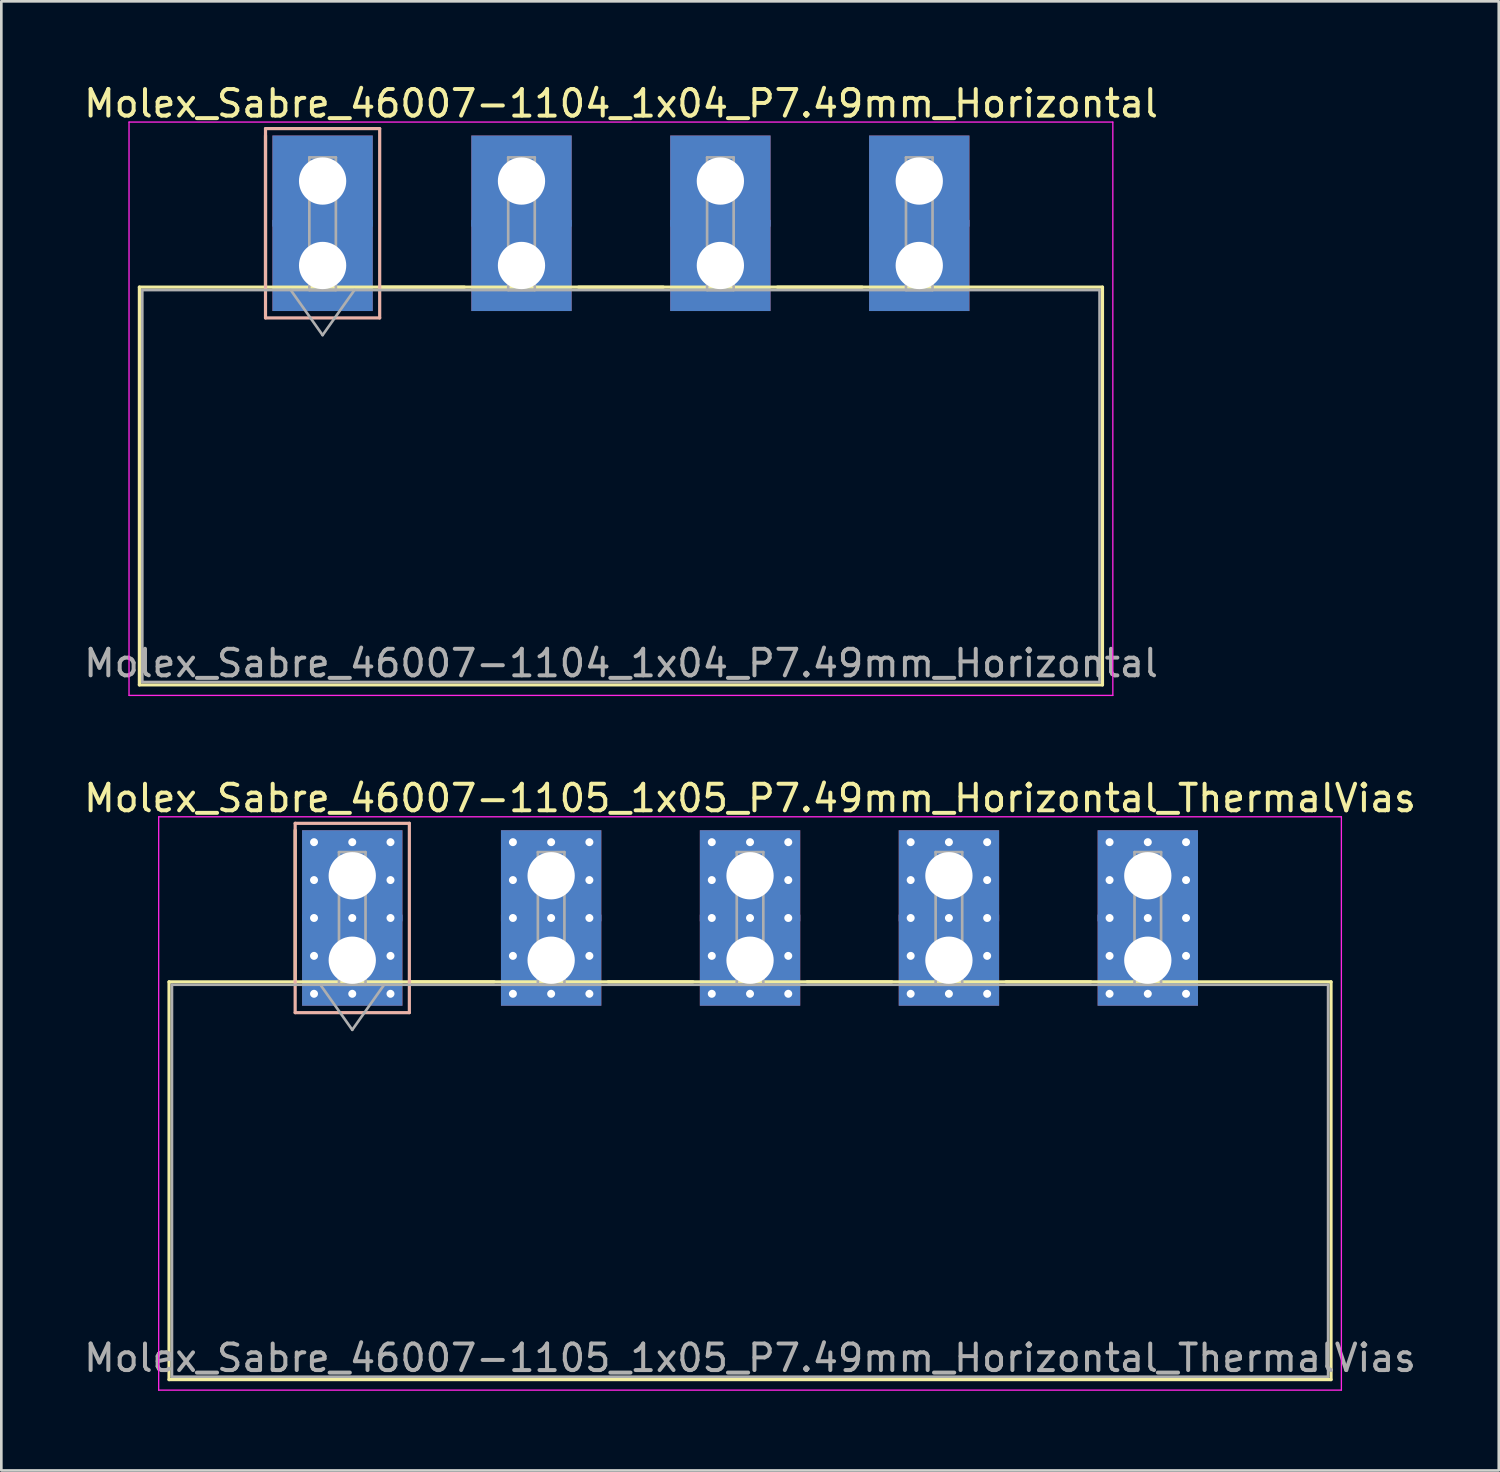
<source format=kicad_pcb>
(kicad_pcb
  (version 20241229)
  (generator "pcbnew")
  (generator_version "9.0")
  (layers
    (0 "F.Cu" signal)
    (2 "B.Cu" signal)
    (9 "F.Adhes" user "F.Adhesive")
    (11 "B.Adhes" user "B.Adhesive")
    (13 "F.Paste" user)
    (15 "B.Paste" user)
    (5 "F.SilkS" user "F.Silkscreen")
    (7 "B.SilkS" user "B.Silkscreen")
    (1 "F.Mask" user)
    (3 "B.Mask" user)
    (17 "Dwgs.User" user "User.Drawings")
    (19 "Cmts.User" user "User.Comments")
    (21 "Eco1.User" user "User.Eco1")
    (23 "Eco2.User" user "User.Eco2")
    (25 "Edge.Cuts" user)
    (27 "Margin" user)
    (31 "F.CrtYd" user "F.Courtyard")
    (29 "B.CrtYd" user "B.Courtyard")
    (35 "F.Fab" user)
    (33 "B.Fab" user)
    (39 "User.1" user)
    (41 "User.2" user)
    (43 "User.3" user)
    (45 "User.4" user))
  (footprint "Molex_Sabre_46007-1104_1x04_P7.49mm_Horizontal"
    (layer "F.Cu")
    (at 9.099 6.948)
    (property "Reference" "Molex_Sabre_46007-1104_1x04_P7.49mm_Horizontal" (at 11.24 -6.1 0) (layer "F.SilkS") (effects (font (size 1 1) (thickness 0.15))))
    (attr through_hole)
    (fp_line (start -6.9 0.815) (end -6.9 15.795) (stroke (width 0.12) (type solid)) (layer "F.SilkS"))
    (fp_line (start -6.9 15.795) (end 29.37 15.795) (stroke (width 0.12) (type solid)) (layer "F.SilkS"))
    (fp_line (start -2.15 0.815) (end -2.15 -4.895) (stroke (width 0.12) (type solid)) (layer "F.SilkS"))
    (fp_line (start 2.15 0.815) (end 5.34 0.815) (stroke (width 0.12) (type solid)) (layer "F.SilkS"))
    (fp_line (start 9.64 0.815) (end 12.83 0.815) (stroke (width 0.12) (type solid)) (layer "F.SilkS"))
    (fp_line (start 17.13 0.815) (end 20.32 0.815) (stroke (width 0.12) (type solid)) (layer "F.SilkS"))
    (fp_line (start 29.37 0.815) (end -6.9 0.815) (stroke (width 0.12) (type solid)) (layer "F.SilkS"))
    (fp_line (start 29.37 15.795) (end 29.37 0.815) (stroke (width 0.12) (type solid)) (layer "F.SilkS"))
    (fp_line (start -2.15 -5.155) (end -2.15 1.975) (stroke (width 0.12) (type solid)) (layer "B.SilkS"))
    (fp_line (start -2.15 1.975) (end 2.15 1.975) (stroke (width 0.12) (type solid)) (layer "B.SilkS"))
    (fp_line (start 2.15 -5.155) (end -2.15 -5.155) (stroke (width 0.12) (type solid)) (layer "B.SilkS"))
    (fp_line (start 2.15 1.975) (end 2.15 -5.155) (stroke (width 0.12) (type solid)) (layer "B.SilkS"))
    (fp_line (start -7.29 -5.4) (end -7.29 16.19) (stroke (width 0.05) (type solid)) (layer "F.CrtYd"))
    (fp_line (start -7.29 16.19) (end 29.76 16.19) (stroke (width 0.05) (type solid)) (layer "F.CrtYd"))
    (fp_line (start 29.76 -5.4) (end -7.29 -5.4) (stroke (width 0.05) (type solid)) (layer "F.CrtYd"))
    (fp_line (start 29.76 16.19) (end 29.76 -5.4) (stroke (width 0.05) (type solid)) (layer "F.CrtYd"))
    (fp_line (start -6.79 0.925) (end -6.79 15.685) (stroke (width 0.1) (type solid)) (layer "F.Fab"))
    (fp_line (start -6.79 15.685) (end 29.26 15.685) (stroke (width 0.1) (type solid)) (layer "F.Fab"))
    (fp_line (start -1.2 0.925) (end 0 2.622) (stroke (width 0.1) (type solid)) (layer "F.Fab"))
    (fp_line (start -0.5 -4.07) (end 0.5 -4.07) (stroke (width 0.1) (type solid)) (layer "F.Fab"))
    (fp_line (start -0.5 0.925) (end -0.5 -4.07) (stroke (width 0.1) (type solid)) (layer "F.Fab"))
    (fp_line (start 0 2.622) (end 1.2 0.925) (stroke (width 0.1) (type solid)) (layer "F.Fab"))
    (fp_line (start 0.5 -4.07) (end 0.5 0.925) (stroke (width 0.1) (type solid)) (layer "F.Fab"))
    (fp_line (start 0.5 0.925) (end -0.5 0.925) (stroke (width 0.1) (type solid)) (layer "F.Fab"))
    (fp_line (start 6.99 -4.07) (end 7.99 -4.07) (stroke (width 0.1) (type solid)) (layer "F.Fab"))
    (fp_line (start 6.99 0.925) (end 6.99 -4.07) (stroke (width 0.1) (type solid)) (layer "F.Fab"))
    (fp_line (start 7.99 -4.07) (end 7.99 0.925) (stroke (width 0.1) (type solid)) (layer "F.Fab"))
    (fp_line (start 7.99 0.925) (end 6.99 0.925) (stroke (width 0.1) (type solid)) (layer "F.Fab"))
    (fp_line (start 14.48 -4.07) (end 15.48 -4.07) (stroke (width 0.1) (type solid)) (layer "F.Fab"))
    (fp_line (start 14.48 0.925) (end 14.48 -4.07) (stroke (width 0.1) (type solid)) (layer "F.Fab"))
    (fp_line (start 15.48 -4.07) (end 15.48 0.925) (stroke (width 0.1) (type solid)) (layer "F.Fab"))
    (fp_line (start 15.48 0.925) (end 14.48 0.925) (stroke (width 0.1) (type solid)) (layer "F.Fab"))
    (fp_line (start 21.97 -4.07) (end 22.97 -4.07) (stroke (width 0.1) (type solid)) (layer "F.Fab"))
    (fp_line (start 21.97 0.925) (end 21.97 -4.07) (stroke (width 0.1) (type solid)) (layer "F.Fab"))
    (fp_line (start 22.97 -4.07) (end 22.97 0.925) (stroke (width 0.1) (type solid)) (layer "F.Fab"))
    (fp_line (start 22.97 0.925) (end 21.97 0.925) (stroke (width 0.1) (type solid)) (layer "F.Fab"))
    (fp_line (start 29.26 0.925) (end -6.79 0.925) (stroke (width 0.1) (type solid)) (layer "F.Fab"))
    (fp_line (start 29.26 15.685) (end 29.26 0.925) (stroke (width 0.1) (type solid)) (layer "F.Fab"))
    (fp_text user "${REFERENCE}" (at 11.24 14.98 0) (layer "F.Fab") (effects (font (size 1 1) (thickness 0.15))))
    (pad "1" thru_hole rect (at 0 -3.18) (size 3.78 3.43) (drill 1.78) (layers "*.Cu" "*.Mask"))
    (pad "1" thru_hole rect (at 0 0) (size 3.78 3.43) (drill 1.78) (layers "*.Cu" "*.Mask"))
    (pad "2" thru_hole rect (at 7.49 -3.18) (size 3.78 3.43) (drill 1.78) (layers "*.Cu" "*.Mask"))
    (pad "2" thru_hole rect (at 7.49 0) (size 3.78 3.43) (drill 1.78) (layers "*.Cu" "*.Mask"))
    (pad "3" thru_hole rect (at 14.98 -3.18) (size 3.78 3.43) (drill 1.78) (layers "*.Cu" "*.Mask"))
    (pad "3" thru_hole rect (at 14.98 0) (size 3.78 3.43) (drill 1.78) (layers "*.Cu" "*.Mask"))
    (pad "4" thru_hole rect (at 22.47 -3.18) (size 3.78 3.43) (drill 1.78) (layers "*.Cu" "*.Mask"))
    (pad "4" thru_hole rect (at 22.47 0) (size 3.78 3.43) (drill 1.78) (layers "*.Cu" "*.Mask")))
  (footprint "Molex_Sabre_46007-1105_1x05_P7.49mm_Horizontal_ThermalVias"
    (layer "F.Cu")
    (at 10.216 33.111)
    (property "Reference" "Molex_Sabre_46007-1105_1x05_P7.49mm_Horizontal_ThermalVias" (at 14.98 -6.1 0) (layer "F.SilkS") (effects (font (size 1 1) (thickness 0.15))))
    (attr through_hole)
    (fp_line (start -6.9 0.815) (end -6.9 15.795) (stroke (width 0.12) (type solid)) (layer "F.SilkS"))
    (fp_line (start -6.9 15.795) (end 36.86 15.795) (stroke (width 0.12) (type solid)) (layer "F.SilkS"))
    (fp_line (start -2.15 0.815) (end -2.15 -4.895) (stroke (width 0.12) (type solid)) (layer "F.SilkS"))
    (fp_line (start 2.15 0.815) (end 5.34 0.815) (stroke (width 0.12) (type solid)) (layer "F.SilkS"))
    (fp_line (start 9.64 0.815) (end 12.83 0.815) (stroke (width 0.12) (type solid)) (layer "F.SilkS"))
    (fp_line (start 17.13 0.815) (end 20.32 0.815) (stroke (width 0.12) (type solid)) (layer "F.SilkS"))
    (fp_line (start 24.62 0.815) (end 27.81 0.815) (stroke (width 0.12) (type solid)) (layer "F.SilkS"))
    (fp_line (start 36.86 0.815) (end -6.9 0.815) (stroke (width 0.12) (type solid)) (layer "F.SilkS"))
    (fp_line (start 36.86 15.795) (end 36.86 0.815) (stroke (width 0.12) (type solid)) (layer "F.SilkS"))
    (fp_line (start -2.15 -5.155) (end -2.15 1.975) (stroke (width 0.12) (type solid)) (layer "B.SilkS"))
    (fp_line (start -2.15 1.975) (end 2.15 1.975) (stroke (width 0.12) (type solid)) (layer "B.SilkS"))
    (fp_line (start 2.15 -5.155) (end -2.15 -5.155) (stroke (width 0.12) (type solid)) (layer "B.SilkS"))
    (fp_line (start 2.15 1.975) (end 2.15 -5.155) (stroke (width 0.12) (type solid)) (layer "B.SilkS"))
    (fp_line (start -7.29 -5.4) (end -7.29 16.19) (stroke (width 0.05) (type solid)) (layer "F.CrtYd"))
    (fp_line (start -7.29 16.19) (end 37.25 16.19) (stroke (width 0.05) (type solid)) (layer "F.CrtYd"))
    (fp_line (start 37.25 -5.4) (end -7.29 -5.4) (stroke (width 0.05) (type solid)) (layer "F.CrtYd"))
    (fp_line (start 37.25 16.19) (end 37.25 -5.4) (stroke (width 0.05) (type solid)) (layer "F.CrtYd"))
    (fp_line (start -6.79 0.925) (end -6.79 15.685) (stroke (width 0.1) (type solid)) (layer "F.Fab"))
    (fp_line (start -6.79 15.685) (end 36.75 15.685) (stroke (width 0.1) (type solid)) (layer "F.Fab"))
    (fp_line (start -1.2 0.925) (end 0 2.622) (stroke (width 0.1) (type solid)) (layer "F.Fab"))
    (fp_line (start -0.5 -4.07) (end 0.5 -4.07) (stroke (width 0.1) (type solid)) (layer "F.Fab"))
    (fp_line (start -0.5 0.925) (end -0.5 -4.07) (stroke (width 0.1) (type solid)) (layer "F.Fab"))
    (fp_line (start 0 2.622) (end 1.2 0.925) (stroke (width 0.1) (type solid)) (layer "F.Fab"))
    (fp_line (start 0.5 -4.07) (end 0.5 0.925) (stroke (width 0.1) (type solid)) (layer "F.Fab"))
    (fp_line (start 0.5 0.925) (end -0.5 0.925) (stroke (width 0.1) (type solid)) (layer "F.Fab"))
    (fp_line (start 6.99 -4.07) (end 7.99 -4.07) (stroke (width 0.1) (type solid)) (layer "F.Fab"))
    (fp_line (start 6.99 0.925) (end 6.99 -4.07) (stroke (width 0.1) (type solid)) (layer "F.Fab"))
    (fp_line (start 7.99 -4.07) (end 7.99 0.925) (stroke (width 0.1) (type solid)) (layer "F.Fab"))
    (fp_line (start 7.99 0.925) (end 6.99 0.925) (stroke (width 0.1) (type solid)) (layer "F.Fab"))
    (fp_line (start 14.48 -4.07) (end 15.48 -4.07) (stroke (width 0.1) (type solid)) (layer "F.Fab"))
    (fp_line (start 14.48 0.925) (end 14.48 -4.07) (stroke (width 0.1) (type solid)) (layer "F.Fab"))
    (fp_line (start 15.48 -4.07) (end 15.48 0.925) (stroke (width 0.1) (type solid)) (layer "F.Fab"))
    (fp_line (start 15.48 0.925) (end 14.48 0.925) (stroke (width 0.1) (type solid)) (layer "F.Fab"))
    (fp_line (start 21.97 -4.07) (end 22.97 -4.07) (stroke (width 0.1) (type solid)) (layer "F.Fab"))
    (fp_line (start 21.97 0.925) (end 21.97 -4.07) (stroke (width 0.1) (type solid)) (layer "F.Fab"))
    (fp_line (start 22.97 -4.07) (end 22.97 0.925) (stroke (width 0.1) (type solid)) (layer "F.Fab"))
    (fp_line (start 22.97 0.925) (end 21.97 0.925) (stroke (width 0.1) (type solid)) (layer "F.Fab"))
    (fp_line (start 29.46 -4.07) (end 30.46 -4.07) (stroke (width 0.1) (type solid)) (layer "F.Fab"))
    (fp_line (start 29.46 0.925) (end 29.46 -4.07) (stroke (width 0.1) (type solid)) (layer "F.Fab"))
    (fp_line (start 30.46 -4.07) (end 30.46 0.925) (stroke (width 0.1) (type solid)) (layer "F.Fab"))
    (fp_line (start 30.46 0.925) (end 29.46 0.925) (stroke (width 0.1) (type solid)) (layer "F.Fab"))
    (fp_line (start 36.75 0.925) (end -6.79 0.925) (stroke (width 0.1) (type solid)) (layer "F.Fab"))
    (fp_line (start 36.75 15.685) (end 36.75 0.925) (stroke (width 0.1) (type solid)) (layer "F.Fab"))
    (fp_text user "${REFERENCE}" (at 14.98 14.98 0) (layer "F.Fab") (effects (font (size 1 1) (thickness 0.15))))
    (pad "1" thru_hole rect (at -1.44 -4.445) (size 0.6 0.6) (drill 0.3) (layers "*.Cu" "*.Mask"))
    (pad "1" thru_hole rect (at -1.44 -3.018) (size 0.6 0.6) (drill 0.3) (layers "*.Cu" "*.Mask"))
    (pad "1" thru_hole rect (at -1.44 -1.59) (size 0.6 0.6) (drill 0.3) (layers "*.Cu" "*.Mask"))
    (pad "1" thru_hole rect (at -1.44 -0.163) (size 0.6 0.6) (drill 0.3) (layers "*.Cu" "*.Mask"))
    (pad "1" thru_hole rect (at -1.44 1.265) (size 0.6 0.6) (drill 0.3) (layers "*.Cu" "*.Mask"))
    (pad "1" thru_hole rect (at 0 -4.445) (size 0.6 0.6) (drill 0.3) (layers "*.Cu" "*.Mask"))
    (pad "1" thru_hole rect (at 0 -3.18) (size 3.78 3.43) (drill 1.78) (layers "*.Cu" "*.Mask"))
    (pad "1" thru_hole rect (at 0 -1.59) (size 0.6 0.6) (drill 0.3) (layers "*.Cu" "*.Mask"))
    (pad "1" thru_hole rect (at 0 0) (size 3.78 3.43) (drill 1.78) (layers "*.Cu" "*.Mask"))
    (pad "1" thru_hole rect (at 0 1.265) (size 0.6 0.6) (drill 0.3) (layers "*.Cu" "*.Mask"))
    (pad "1" thru_hole rect (at 1.44 -4.445) (size 0.6 0.6) (drill 0.3) (layers "*.Cu" "*.Mask"))
    (pad "1" thru_hole rect (at 1.44 -3.018) (size 0.6 0.6) (drill 0.3) (layers "*.Cu" "*.Mask"))
    (pad "1" thru_hole rect (at 1.44 -1.59) (size 0.6 0.6) (drill 0.3) (layers "*.Cu" "*.Mask"))
    (pad "1" thru_hole rect (at 1.44 -0.163) (size 0.6 0.6) (drill 0.3) (layers "*.Cu" "*.Mask"))
    (pad "1" thru_hole rect (at 1.44 1.265) (size 0.6 0.6) (drill 0.3) (layers "*.Cu" "*.Mask"))
    (pad "2" thru_hole circle (at 6.05 -4.445) (size 0.6 0.6) (drill 0.3) (layers "*.Cu" "*.Mask"))
    (pad "2" thru_hole circle (at 6.05 -3.018) (size 0.6 0.6) (drill 0.3) (layers "*.Cu" "*.Mask"))
    (pad "2" thru_hole circle (at 6.05 -1.59) (size 0.6 0.6) (drill 0.3) (layers "*.Cu" "*.Mask"))
    (pad "2" thru_hole circle (at 6.05 -0.163) (size 0.6 0.6) (drill 0.3) (layers "*.Cu" "*.Mask"))
    (pad "2" thru_hole circle (at 6.05 1.265) (size 0.6 0.6) (drill 0.3) (layers "*.Cu" "*.Mask"))
    (pad "2" thru_hole circle (at 7.49 -4.445) (size 0.6 0.6) (drill 0.3) (layers "*.Cu" "*.Mask"))
    (pad "2" thru_hole rect (at 7.49 -3.18) (size 3.78 3.43) (drill 1.78) (layers "*.Cu" "*.Mask"))
    (pad "2" thru_hole circle (at 7.49 -1.59) (size 0.6 0.6) (drill 0.3) (layers "*.Cu" "*.Mask"))
    (pad "2" thru_hole rect (at 7.49 0) (size 3.78 3.43) (drill 1.78) (layers "*.Cu" "*.Mask"))
    (pad "2" thru_hole circle (at 7.49 1.265) (size 0.6 0.6) (drill 0.3) (layers "*.Cu" "*.Mask"))
    (pad "2" thru_hole circle (at 8.93 -4.445) (size 0.6 0.6) (drill 0.3) (layers "*.Cu" "*.Mask"))
    (pad "2" thru_hole circle (at 8.93 -3.018) (size 0.6 0.6) (drill 0.3) (layers "*.Cu" "*.Mask"))
    (pad "2" thru_hole circle (at 8.93 -1.59) (size 0.6 0.6) (drill 0.3) (layers "*.Cu" "*.Mask"))
    (pad "2" thru_hole circle (at 8.93 -0.163) (size 0.6 0.6) (drill 0.3) (layers "*.Cu" "*.Mask"))
    (pad "2" thru_hole circle (at 8.93 1.265) (size 0.6 0.6) (drill 0.3) (layers "*.Cu" "*.Mask"))
    (pad "3" thru_hole circle (at 13.54 -4.445) (size 0.6 0.6) (drill 0.3) (layers "*.Cu" "*.Mask"))
    (pad "3" thru_hole circle (at 13.54 -3.018) (size 0.6 0.6) (drill 0.3) (layers "*.Cu" "*.Mask"))
    (pad "3" thru_hole circle (at 13.54 -1.59) (size 0.6 0.6) (drill 0.3) (layers "*.Cu" "*.Mask"))
    (pad "3" thru_hole circle (at 13.54 -0.163) (size 0.6 0.6) (drill 0.3) (layers "*.Cu" "*.Mask"))
    (pad "3" thru_hole circle (at 13.54 1.265) (size 0.6 0.6) (drill 0.3) (layers "*.Cu" "*.Mask"))
    (pad "3" thru_hole circle (at 14.98 -4.445) (size 0.6 0.6) (drill 0.3) (layers "*.Cu" "*.Mask"))
    (pad "3" thru_hole rect (at 14.98 -3.18) (size 3.78 3.43) (drill 1.78) (layers "*.Cu" "*.Mask"))
    (pad "3" thru_hole circle (at 14.98 -1.59) (size 0.6 0.6) (drill 0.3) (layers "*.Cu" "*.Mask"))
    (pad "3" thru_hole rect (at 14.98 0) (size 3.78 3.43) (drill 1.78) (layers "*.Cu" "*.Mask"))
    (pad "3" thru_hole circle (at 14.98 1.265) (size 0.6 0.6) (drill 0.3) (layers "*.Cu" "*.Mask"))
    (pad "3" thru_hole circle (at 16.42 -4.445) (size 0.6 0.6) (drill 0.3) (layers "*.Cu" "*.Mask"))
    (pad "3" thru_hole circle (at 16.42 -3.018) (size 0.6 0.6) (drill 0.3) (layers "*.Cu" "*.Mask"))
    (pad "3" thru_hole circle (at 16.42 -1.59) (size 0.6 0.6) (drill 0.3) (layers "*.Cu" "*.Mask"))
    (pad "3" thru_hole circle (at 16.42 -0.163) (size 0.6 0.6) (drill 0.3) (layers "*.Cu" "*.Mask"))
    (pad "3" thru_hole circle (at 16.42 1.265) (size 0.6 0.6) (drill 0.3) (layers "*.Cu" "*.Mask"))
    (pad "4" thru_hole circle (at 21.03 -4.445) (size 0.6 0.6) (drill 0.3) (layers "*.Cu" "*.Mask"))
    (pad "4" thru_hole circle (at 21.03 -3.018) (size 0.6 0.6) (drill 0.3) (layers "*.Cu" "*.Mask"))
    (pad "4" thru_hole circle (at 21.03 -1.59) (size 0.6 0.6) (drill 0.3) (layers "*.Cu" "*.Mask"))
    (pad "4" thru_hole circle (at 21.03 -0.163) (size 0.6 0.6) (drill 0.3) (layers "*.Cu" "*.Mask"))
    (pad "4" thru_hole circle (at 21.03 1.265) (size 0.6 0.6) (drill 0.3) (layers "*.Cu" "*.Mask"))
    (pad "4" thru_hole circle (at 22.47 -4.445) (size 0.6 0.6) (drill 0.3) (layers "*.Cu" "*.Mask"))
    (pad "4" thru_hole rect (at 22.47 -3.18) (size 3.78 3.43) (drill 1.78) (layers "*.Cu" "*.Mask"))
    (pad "4" thru_hole circle (at 22.47 -1.59) (size 0.6 0.6) (drill 0.3) (layers "*.Cu" "*.Mask"))
    (pad "4" thru_hole rect (at 22.47 0) (size 3.78 3.43) (drill 1.78) (layers "*.Cu" "*.Mask"))
    (pad "4" thru_hole circle (at 22.47 1.265) (size 0.6 0.6) (drill 0.3) (layers "*.Cu" "*.Mask"))
    (pad "4" thru_hole circle (at 23.91 -4.445) (size 0.6 0.6) (drill 0.3) (layers "*.Cu" "*.Mask"))
    (pad "4" thru_hole circle (at 23.91 -3.018) (size 0.6 0.6) (drill 0.3) (layers "*.Cu" "*.Mask"))
    (pad "4" thru_hole circle (at 23.91 -1.59) (size 0.6 0.6) (drill 0.3) (layers "*.Cu" "*.Mask"))
    (pad "4" thru_hole circle (at 23.91 -0.163) (size 0.6 0.6) (drill 0.3) (layers "*.Cu" "*.Mask"))
    (pad "4" thru_hole circle (at 23.91 1.265) (size 0.6 0.6) (drill 0.3) (layers "*.Cu" "*.Mask"))
    (pad "5" thru_hole circle (at 28.52 -4.445) (size 0.6 0.6) (drill 0.3) (layers "*.Cu" "*.Mask"))
    (pad "5" thru_hole circle (at 28.52 -3.018) (size 0.6 0.6) (drill 0.3) (layers "*.Cu" "*.Mask"))
    (pad "5" thru_hole circle (at 28.52 -1.59) (size 0.6 0.6) (drill 0.3) (layers "*.Cu" "*.Mask"))
    (pad "5" thru_hole circle (at 28.52 -0.163) (size 0.6 0.6) (drill 0.3) (layers "*.Cu" "*.Mask"))
    (pad "5" thru_hole circle (at 28.52 1.265) (size 0.6 0.6) (drill 0.3) (layers "*.Cu" "*.Mask"))
    (pad "5" thru_hole circle (at 29.96 -4.445) (size 0.6 0.6) (drill 0.3) (layers "*.Cu" "*.Mask"))
    (pad "5" thru_hole rect (at 29.96 -3.18) (size 3.78 3.43) (drill 1.78) (layers "*.Cu" "*.Mask"))
    (pad "5" thru_hole circle (at 29.96 -1.59) (size 0.6 0.6) (drill 0.3) (layers "*.Cu" "*.Mask"))
    (pad "5" thru_hole rect (at 29.96 0) (size 3.78 3.43) (drill 1.78) (layers "*.Cu" "*.Mask"))
    (pad "5" thru_hole circle (at 29.96 1.265) (size 0.6 0.6) (drill 0.3) (layers "*.Cu" "*.Mask"))
    (pad "5" thru_hole circle (at 31.4 -4.445) (size 0.6 0.6) (drill 0.3) (layers "*.Cu" "*.Mask"))
    (pad "5" thru_hole circle (at 31.4 -3.018) (size 0.6 0.6) (drill 0.3) (layers "*.Cu" "*.Mask"))
    (pad "5" thru_hole circle (at 31.4 -1.59) (size 0.6 0.6) (drill 0.3) (layers "*.Cu" "*.Mask"))
    (pad "5" thru_hole circle (at 31.4 -0.163) (size 0.6 0.6) (drill 0.3) (layers "*.Cu" "*.Mask"))
    (pad "5" thru_hole circle (at 31.4 1.265) (size 0.6 0.6) (drill 0.3) (layers "*.Cu" "*.Mask")))
  (gr_rect
    (start -3 -3)
    (end 53.393 52.327)
    (stroke (width 0.1) (type default))
    (fill no)
    (layer "Edge.Cuts")))
</source>
